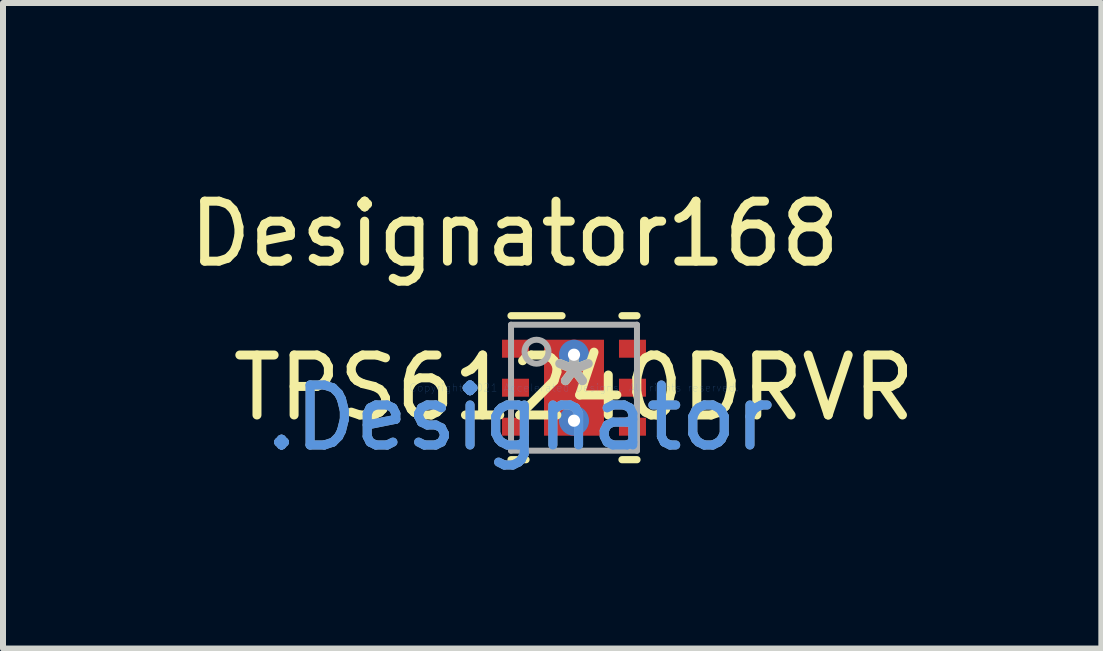
<source format=kicad_pcb>
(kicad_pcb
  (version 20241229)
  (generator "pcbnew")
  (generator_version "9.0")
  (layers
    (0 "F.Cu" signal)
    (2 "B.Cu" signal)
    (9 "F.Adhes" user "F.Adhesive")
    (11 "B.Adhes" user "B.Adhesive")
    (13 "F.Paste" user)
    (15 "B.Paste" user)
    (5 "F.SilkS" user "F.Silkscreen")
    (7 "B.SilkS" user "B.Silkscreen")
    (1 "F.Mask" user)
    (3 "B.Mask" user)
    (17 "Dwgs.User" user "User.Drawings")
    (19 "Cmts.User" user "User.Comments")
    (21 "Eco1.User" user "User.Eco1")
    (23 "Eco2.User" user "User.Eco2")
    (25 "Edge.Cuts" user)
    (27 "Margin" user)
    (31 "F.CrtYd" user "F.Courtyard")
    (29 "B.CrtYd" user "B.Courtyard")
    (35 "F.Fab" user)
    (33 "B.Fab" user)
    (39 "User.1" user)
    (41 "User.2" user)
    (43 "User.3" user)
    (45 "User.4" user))
  (footprint "TPS61240DRVR"
    (layer "F.Cu")
    (at 6.52 3.414)
    (property "Reference" "TPS61240DRVR" (at 0 0 0) (layer "F.SilkS") (effects (font (size 1 1) (thickness 0.15))))
    (attr through_hole)
    (fp_line (start -1.05 -1.2) (end -0.2 -1.2) (stroke (width 0.12) (type solid)) (layer "F.SilkS"))
    (fp_line (start -1.05 1.2) (end -0.8 1.2) (stroke (width 0.12) (type solid)) (layer "F.SilkS"))
    (fp_line (start 0.8 -1.2) (end 1.05 -1.2) (stroke (width 0.12) (type solid)) (layer "F.SilkS"))
    (fp_line (start 0.8 1.2) (end 1.05 1.2) (stroke (width 0.12) (type solid)) (layer "F.SilkS"))
    (fp_poly (pts (xy -0.5 -0.149) (xy -0.5 -0.751) (xy -0.499 -0.761) (xy -0.496 -0.77) (xy -0.492 -0.778) (xy -0.486 -0.786) (xy -0.478 -0.792) (xy -0.47 -0.796) (xy -0.461 -0.799) (xy -0.451 -0.8) (xy 0.451 -0.8) (xy 0.461 -0.799) (xy 0.47 -0.796) (xy 0.478 -0.792) (xy 0.486 -0.786) (xy 0.492 -0.778) (xy 0.496 -0.77) (xy 0.499 -0.761) (xy 0.5 -0.751) (xy 0.5 -0.149) (xy 0.499 -0.139) (xy 0.496 -0.13) (xy 0.492 -0.122) (xy 0.486 -0.114) (xy 0.478 -0.108) (xy 0.47 -0.104) (xy 0.461 -0.101) (xy 0.451 -0.1) (xy -0.451 -0.1) (xy -0.461 -0.101) (xy -0.47 -0.104) (xy -0.478 -0.108) (xy -0.486 -0.114) (xy -0.492 -0.122) (xy -0.496 -0.13) (xy -0.499 -0.139)) (stroke (width 0.1) (type solid)) (fill yes) (layer "F.Paste"))
    (fp_poly (pts (xy -0.5 0.751) (xy -0.5 0.149) (xy -0.499 0.139) (xy -0.496 0.13) (xy -0.492 0.122) (xy -0.486 0.114) (xy -0.478 0.108) (xy -0.47 0.104) (xy -0.461 0.101) (xy -0.451 0.1) (xy 0.451 0.1) (xy 0.461 0.101) (xy 0.47 0.104) (xy 0.478 0.108) (xy 0.486 0.114) (xy 0.492 0.122) (xy 0.496 0.13) (xy 0.499 0.139) (xy 0.5 0.149) (xy 0.5 0.751) (xy 0.499 0.761) (xy 0.496 0.77) (xy 0.492 0.778) (xy 0.486 0.786) (xy 0.478 0.792) (xy 0.47 0.796) (xy 0.461 0.799) (xy 0.451 0.8) (xy -0.451 0.8) (xy -0.461 0.799) (xy -0.47 0.796) (xy -0.478 0.792) (xy -0.486 0.786) (xy -0.492 0.778) (xy -0.496 0.77) (xy -0.499 0.761)) (stroke (width 0.1) (type solid)) (fill yes) (layer "F.Paste"))
    (fp_line (start -1.05 -1.05) (end 1.05 -1.05) (stroke (width 0.1) (type solid)) (layer "F.Fab"))
    (fp_line (start -1.05 1.05) (end -1.05 -1.05) (stroke (width 0.1) (type solid)) (layer "F.Fab"))
    (fp_line (start -1.05 1.05) (end 1.05 1.05) (stroke (width 0.1) (type solid)) (layer "F.Fab"))
    (fp_line (start 1.05 1.05) (end 1.05 -1.05) (stroke (width 0.1) (type solid)) (layer "F.Fab"))
    (fp_circle (center -0.625 -0.6) (end -0.425 -0.6) (stroke (width 0.1) (type solid)) (fill no) (layer "F.Fab"))
    (fp_text user "*" (at 0 0 0) (layer "F.SilkS") (effects (font (size 1 1) (thickness 0.15))))
    (fp_text user "Designator168" (at -0.991 -2.565 0) (layer "F.SilkS") (effects (font (size 1 1) (thickness 0.15))))
    (fp_text user ".Designator" (at -0.9 0.5 0) (layer "Cmts.User") (effects (font (size 1 1) (thickness 0.15))))
    (fp_text user "Copyright 2021 Accelerated Designs. All rights reserved." (at 0 0 0) (layer "Cmts.User") (effects (font (size 0.127 0.127) (thickness 0.002))))
    (fp_text user ".Designator" (at -0.9 0.5 0) (layer "F.Fab") (effects (font (size 1 1) (thickness 0.15))))
    (fp_text user "*" (at 0 0 0) (layer "F.Fab") (effects (font (size 1 1) (thickness 0.15))))
    (pad "1" smd rect (at -0.975 -0.65 90) (size 0.3 0.45) (layers "F.Cu" "F.Mask" "F.Paste"))
    (pad "2" smd rect (at -0.975 0 90) (size 0.3 0.45) (layers "F.Cu" "F.Mask" "F.Paste"))
    (pad "3" smd rect (at -0.975 0.65 90) (size 0.3 0.45) (layers "F.Cu" "F.Mask" "F.Paste"))
    (pad "4" smd rect (at 0.975 0.65 90) (size 0.3 0.45) (layers "F.Cu" "F.Mask" "F.Paste"))
    (pad "5" smd rect (at 0.975 0 90) (size 0.3 0.45) (layers "F.Cu" "F.Mask" "F.Paste"))
    (pad "6" smd rect (at 0.975 -0.65 90) (size 0.3 0.45) (layers "F.Cu" "F.Mask" "F.Paste"))
    (pad "7" smd rect (at 0 0) (size 1 1.6) (layers "F.Cu" "F.Mask" "F.Paste"))
    (pad "8" thru_hole circle (at 0 0.55) (size 0.5 0.5) (drill 0.203) (layers "*.Cu" "*.Mask"))
    (pad "9" thru_hole circle (at 0 -0.55) (size 0.5 0.5) (drill 0.203) (layers "*.Cu" "*.Mask")))
  (gr_rect
    (start -3 -3)
    (end 15.312 7.762)
    (stroke (width 0.1) (type default))
    (fill no)
    (layer "Edge.Cuts")))
</source>
